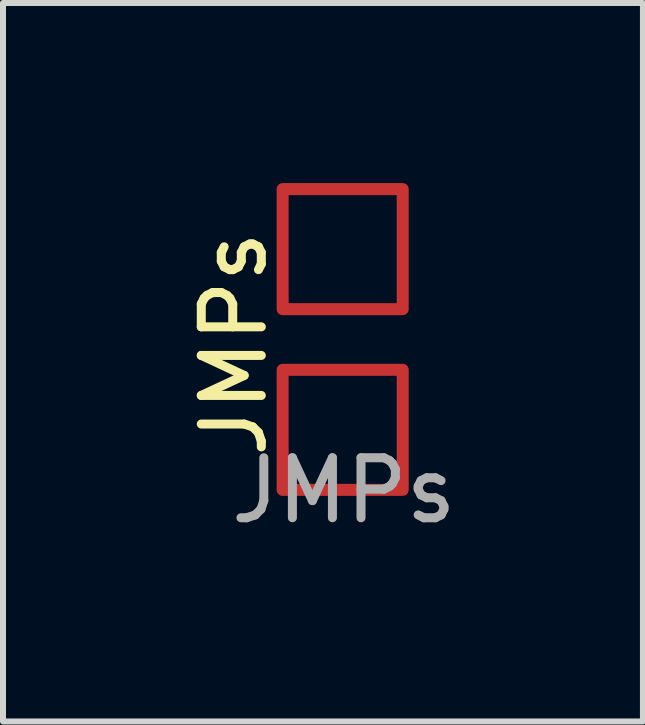
<source format=kicad_pcb>
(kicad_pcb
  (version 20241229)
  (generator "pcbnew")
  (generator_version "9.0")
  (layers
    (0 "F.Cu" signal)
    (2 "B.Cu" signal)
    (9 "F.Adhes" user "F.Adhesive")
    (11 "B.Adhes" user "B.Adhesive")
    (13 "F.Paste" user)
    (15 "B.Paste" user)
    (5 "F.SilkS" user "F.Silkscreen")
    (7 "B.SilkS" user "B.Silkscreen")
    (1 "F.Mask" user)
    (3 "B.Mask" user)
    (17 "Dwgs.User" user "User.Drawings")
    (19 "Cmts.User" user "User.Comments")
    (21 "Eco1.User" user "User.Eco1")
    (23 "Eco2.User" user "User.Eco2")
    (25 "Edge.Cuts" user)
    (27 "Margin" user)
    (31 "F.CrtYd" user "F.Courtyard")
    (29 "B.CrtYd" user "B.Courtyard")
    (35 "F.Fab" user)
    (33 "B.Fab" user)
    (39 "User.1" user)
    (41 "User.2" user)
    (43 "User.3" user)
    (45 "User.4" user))
  (footprint "JMPs"
    (layer "F.Cu")
    (at 2.658 2.1)
    (property "Reference" "JMPs" (at -1.81 0.58 90) (unlocked yes) (layer "F.SilkS") (effects (font (size 1 1) (thickness 0.15))))
    (attr smd)
    (fp_rect (start -1 -2) (end 1 0) (stroke (width 0.2) (type default)) (fill no) (layer "F.Cu"))
    (fp_rect (start -1 1.01) (end 1 3.01) (stroke (width 0.2) (type default)) (fill no) (layer "F.Cu"))
    (fp_text user "${REFERENCE}" (at 0.02 3.02 0) (unlocked yes) (layer "F.Fab") (effects (font (size 1 1) (thickness 0.15))))
    (zone (net_name "") (layer "F.Cu") (hatch edge 0.5) (connect_pads) (min_thickness 0.25) (filled_areas_thickness no) (keepout (tracks not_allowed) (vias not_allowed) (pads not_allowed) (copperpour allowed) (footprints allowed)) (placement (enabled no)) (fill) (polygon (pts (xy 1.658 0.1) (xy 1.658 2.1) (xy 3.658 2.1) (xy 3.658 0.1))))
    (zone (net_name "") (layer "F.Cu") (hatch edge 0.5) (connect_pads) (min_thickness 0.25) (filled_areas_thickness no) (keepout (tracks not_allowed) (vias not_allowed) (pads not_allowed) (copperpour not_allowed) (footprints allowed)) (placement (enabled no)) (fill) (polygon (pts (xy 1.658 2.1) (xy 1.658 3.11) (xy 3.658 3.11) (xy 3.658 2.1))))
    (zone (net_name "") (layer "F.Cu") (hatch edge 0.5) (connect_pads) (min_thickness 0.25) (filled_areas_thickness no) (keepout (tracks not_allowed) (vias not_allowed) (pads not_allowed) (copperpour allowed) (footprints allowed)) (placement (enabled no)) (fill) (polygon (pts (xy 1.658 3.11) (xy 1.658 5.11) (xy 3.658 5.11) (xy 3.658 3.11)))))
  (gr_rect
    (start -3 -3)
    (end 7.66 8.968)
    (stroke (width 0.1) (type default))
    (fill no)
    (layer "Edge.Cuts")))
</source>
